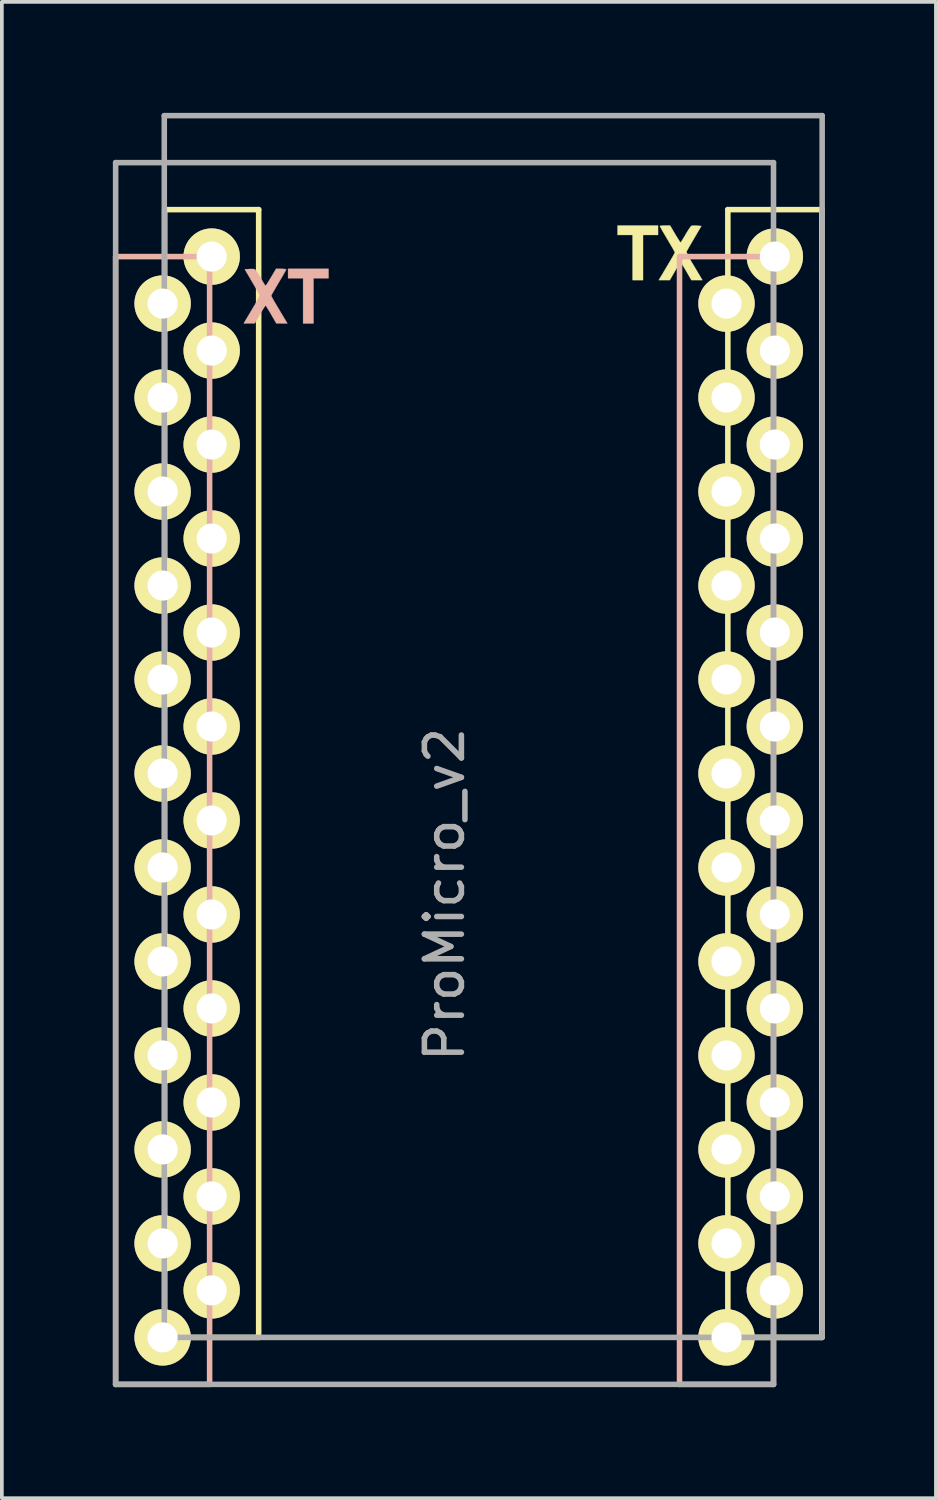
<source format=kicad_pcb>
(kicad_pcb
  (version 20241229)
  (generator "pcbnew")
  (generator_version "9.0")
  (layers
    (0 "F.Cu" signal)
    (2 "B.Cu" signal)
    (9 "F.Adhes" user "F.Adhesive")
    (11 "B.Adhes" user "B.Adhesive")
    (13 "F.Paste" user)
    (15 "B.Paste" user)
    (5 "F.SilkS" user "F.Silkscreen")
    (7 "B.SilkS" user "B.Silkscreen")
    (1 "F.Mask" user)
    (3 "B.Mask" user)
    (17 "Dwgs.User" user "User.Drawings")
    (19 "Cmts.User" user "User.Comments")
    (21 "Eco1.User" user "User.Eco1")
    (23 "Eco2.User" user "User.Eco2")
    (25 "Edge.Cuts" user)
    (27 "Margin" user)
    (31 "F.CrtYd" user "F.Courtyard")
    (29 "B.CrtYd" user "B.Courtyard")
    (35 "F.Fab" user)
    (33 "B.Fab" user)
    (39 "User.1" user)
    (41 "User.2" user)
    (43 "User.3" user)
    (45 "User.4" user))
  (footprint "ProMicro_v2"
    (layer "F.Cu")
    (at 10.235 18.363)
    (property "Reference" "ProMicro_v2" (at -1.27 2.762 270) (layer "F.Fab") (effects (font (size 1 1) (thickness 0.15))))
    (attr through_hole)
    (fp_line (start -8.834 -15.748) (end -6.294 -15.748) (stroke (width 0.15) (type solid)) (layer "F.SilkS"))
    (fp_line (start -8.834 14.732) (end -8.834 -15.748) (stroke (width 0.15) (type solid)) (layer "F.SilkS"))
    (fp_line (start -6.294 -15.748) (end -6.294 14.732) (stroke (width 0.15) (type solid)) (layer "F.SilkS"))
    (fp_line (start -6.294 14.732) (end -8.834 14.732) (stroke (width 0.15) (type solid)) (layer "F.SilkS"))
    (fp_line (start 6.386 -15.748) (end 8.926 -15.748) (stroke (width 0.15) (type solid)) (layer "F.SilkS"))
    (fp_line (start 6.386 14.732) (end 6.386 -15.748) (stroke (width 0.15) (type solid)) (layer "F.SilkS"))
    (fp_line (start 8.926 -15.748) (end 8.926 14.732) (stroke (width 0.15) (type solid)) (layer "F.SilkS"))
    (fp_line (start 8.926 14.732) (end 6.386 14.732) (stroke (width 0.15) (type solid)) (layer "F.SilkS"))
    (fp_poly (pts (xy 4.499 -15.063) (xy 4.093 -15.063) (xy 4.093 -13.843) (xy 3.813 -13.843) (xy 3.813 -15.063) (xy 3.407 -15.063) (xy 3.407 -15.317) (xy 4.499 -15.317) (xy 4.499 -15.063)) (stroke (width 0.01) (type solid)) (fill yes) (layer "F.SilkS"))
    (fp_poly (pts (xy 4.959 -15.088) (xy 5.016 -14.994) (xy 5.064 -14.918) (xy 5.097 -14.871) (xy 5.108 -14.859) (xy 5.126 -14.88) (xy 5.162 -14.936) (xy 5.211 -15.017) (xy 5.246 -15.078) (xy 5.303 -15.172) (xy 5.352 -15.248) (xy 5.389 -15.297) (xy 5.402 -15.308) (xy 5.445 -15.313) (xy 5.516 -15.314) (xy 5.551 -15.312) (xy 5.669 -15.304) (xy 5.475 -14.974) (xy 5.406 -14.856) (xy 5.346 -14.753) (xy 5.3 -14.672) (xy 5.273 -14.623) (xy 5.269 -14.613) (xy 5.276 -14.581) (xy 5.307 -14.514) (xy 5.354 -14.423) (xy 5.415 -14.316) (xy 5.428 -14.295) (xy 5.497 -14.18) (xy 5.561 -14.072) (xy 5.613 -13.985) (xy 5.646 -13.929) (xy 5.648 -13.926) (xy 5.697 -13.843) (xy 5.549 -13.844) (xy 5.401 -13.844) (xy 5.262 -14.085) (xy 5.205 -14.182) (xy 5.156 -14.261) (xy 5.122 -14.311) (xy 5.109 -14.326) (xy 5.091 -14.305) (xy 5.054 -14.249) (xy 5.004 -14.167) (xy 4.956 -14.085) (xy 4.817 -13.844) (xy 4.52 -13.843) (xy 4.57 -13.926) (xy 4.602 -13.979) (xy 4.653 -14.065) (xy 4.716 -14.171) (xy 4.784 -14.286) (xy 4.788 -14.292) (xy 4.851 -14.399) (xy 4.903 -14.489) (xy 4.94 -14.556) (xy 4.956 -14.588) (xy 4.956 -14.59) (xy 4.944 -14.616) (xy 4.91 -14.678) (xy 4.859 -14.767) (xy 4.794 -14.877) (xy 4.753 -14.947) (xy 4.684 -15.064) (xy 4.624 -15.166) (xy 4.58 -15.245) (xy 4.554 -15.292) (xy 4.55 -15.302) (xy 4.573 -15.31) (xy 4.632 -15.315) (xy 4.687 -15.317) (xy 4.824 -15.317) (xy 4.959 -15.088)) (stroke (width 0.01) (type solid)) (fill yes) (layer "F.SilkS"))
    (fp_line (start -10.16 -14.478) (end -7.62 -14.478) (stroke (width 0.15) (type solid)) (layer "B.SilkS"))
    (fp_line (start -10.16 16.002) (end -10.16 -14.478) (stroke (width 0.15) (type solid)) (layer "B.SilkS"))
    (fp_line (start -7.62 -14.478) (end -7.62 16.002) (stroke (width 0.15) (type solid)) (layer "B.SilkS"))
    (fp_line (start -7.62 16.002) (end -10.16 16.002) (stroke (width 0.15) (type solid)) (layer "B.SilkS"))
    (fp_line (start 5.08 -14.478) (end 7.62 -14.478) (stroke (width 0.15) (type solid)) (layer "B.SilkS"))
    (fp_line (start 5.08 16.002) (end 5.08 -14.478) (stroke (width 0.15) (type solid)) (layer "B.SilkS"))
    (fp_line (start 7.62 -14.478) (end 7.62 16.002) (stroke (width 0.15) (type solid)) (layer "B.SilkS"))
    (fp_line (start 7.62 16.002) (end 5.08 16.002) (stroke (width 0.15) (type solid)) (layer "B.SilkS"))
    (fp_poly (pts (xy -5.499 -13.893) (xy -5.093 -13.893) (xy -5.093 -12.673) (xy -4.813 -12.673) (xy -4.813 -13.893) (xy -4.407 -13.893) (xy -4.407 -14.147) (xy -5.499 -14.147) (xy -5.499 -13.893)) (stroke (width 0.01) (type solid)) (fill yes) (layer "B.SilkS"))
    (fp_poly (pts (xy -5.959 -13.918) (xy -6.016 -13.824) (xy -6.064 -13.748) (xy -6.097 -13.701) (xy -6.108 -13.689) (xy -6.126 -13.71) (xy -6.162 -13.766) (xy -6.211 -13.847) (xy -6.246 -13.908) (xy -6.303 -14.002) (xy -6.352 -14.078) (xy -6.389 -14.127) (xy -6.402 -14.138) (xy -6.445 -14.143) (xy -6.516 -14.144) (xy -6.551 -14.142) (xy -6.669 -14.134) (xy -6.475 -13.804) (xy -6.406 -13.686) (xy -6.346 -13.583) (xy -6.3 -13.502) (xy -6.273 -13.453) (xy -6.269 -13.443) (xy -6.276 -13.411) (xy -6.307 -13.344) (xy -6.354 -13.253) (xy -6.415 -13.146) (xy -6.428 -13.125) (xy -6.497 -13.01) (xy -6.561 -12.902) (xy -6.613 -12.815) (xy -6.646 -12.759) (xy -6.648 -12.756) (xy -6.697 -12.673) (xy -6.549 -12.674) (xy -6.401 -12.674) (xy -6.262 -12.915) (xy -6.205 -13.012) (xy -6.156 -13.091) (xy -6.122 -13.141) (xy -6.109 -13.156) (xy -6.091 -13.135) (xy -6.054 -13.079) (xy -6.004 -12.997) (xy -5.956 -12.915) (xy -5.817 -12.674) (xy -5.52 -12.673) (xy -5.57 -12.756) (xy -5.602 -12.809) (xy -5.653 -12.895) (xy -5.716 -13.001) (xy -5.784 -13.116) (xy -5.788 -13.122) (xy -5.851 -13.229) (xy -5.903 -13.319) (xy -5.94 -13.386) (xy -5.956 -13.418) (xy -5.956 -13.42) (xy -5.944 -13.446) (xy -5.91 -13.508) (xy -5.859 -13.597) (xy -5.794 -13.707) (xy -5.753 -13.777) (xy -5.684 -13.894) (xy -5.624 -13.996) (xy -5.58 -14.075) (xy -5.554 -14.122) (xy -5.55 -14.132) (xy -5.573 -14.14) (xy -5.632 -14.145) (xy -5.687 -14.147) (xy -5.824 -14.147) (xy -5.959 -13.918)) (stroke (width 0.01) (type solid)) (fill yes) (layer "B.SilkS"))
    (fp_line (start -10.16 -17.018) (end 7.62 -17.018) (stroke (width 0.15) (type solid)) (layer "F.Fab"))
    (fp_line (start -10.16 16.002) (end -10.16 -17.018) (stroke (width 0.15) (type solid)) (layer "F.Fab"))
    (fp_line (start -8.845 -18.288) (end 8.935 -18.288) (stroke (width 0.15) (type solid)) (layer "F.Fab"))
    (fp_line (start -8.845 14.732) (end -8.845 -18.288) (stroke (width 0.15) (type solid)) (layer "F.Fab"))
    (fp_line (start 7.62 -17.018) (end 7.62 16.002) (stroke (width 0.15) (type solid)) (layer "F.Fab"))
    (fp_line (start 7.62 16.002) (end -10.16 16.002) (stroke (width 0.15) (type solid)) (layer "F.Fab"))
    (fp_line (start 8.935 -18.288) (end 8.935 14.732) (stroke (width 0.15) (type solid)) (layer "F.Fab"))
    (fp_line (start 8.935 14.732) (end -8.845 14.732) (stroke (width 0.15) (type solid)) (layer "F.Fab"))
    (fp_text user "" (at -0.5 -17.25 0) (layer "F.SilkS") (effects (font (size 1 1) (thickness 0.15))))
    (fp_text user "" (at -1.206 -16.256 0) (layer "B.SilkS") (effects (font (size 1 1) (thickness 0.15)) (justify mirror)))
    (pad "1" thru_hole circle (at -8.89 -13.208) (size 1.524 1.524) (drill 0.813) (layers "*.Cu" "*.Mask" "F.SilkS"))
    (pad "1" thru_hole circle (at 7.656 -14.478) (size 1.524 1.524) (drill 0.813) (layers "*.Cu" "*.Mask" "F.SilkS"))
    (pad "2" thru_hole circle (at -8.89 -10.668) (size 1.524 1.524) (drill 0.813) (layers "*.Cu" "*.Mask" "F.SilkS"))
    (pad "2" thru_hole circle (at 7.656 -11.938) (size 1.524 1.524) (drill 0.813) (layers "*.Cu" "*.Mask" "F.SilkS"))
    (pad "3" thru_hole circle (at -8.89 -8.128) (size 1.524 1.524) (drill 0.813) (layers "*.Cu" "*.Mask" "F.SilkS"))
    (pad "3" thru_hole circle (at 7.656 -9.398) (size 1.524 1.524) (drill 0.813) (layers "*.Cu" "*.Mask" "F.SilkS"))
    (pad "4" thru_hole circle (at -8.89 -5.588) (size 1.524 1.524) (drill 0.813) (layers "*.Cu" "*.Mask" "F.SilkS"))
    (pad "4" thru_hole circle (at 7.656 -6.858) (size 1.524 1.524) (drill 0.813) (layers "*.Cu" "*.Mask" "F.SilkS"))
    (pad "5" thru_hole circle (at -8.89 -3.048) (size 1.524 1.524) (drill 0.813) (layers "*.Cu" "*.Mask" "F.SilkS"))
    (pad "5" thru_hole circle (at 7.656 -4.318) (size 1.524 1.524) (drill 0.813) (layers "*.Cu" "*.Mask" "F.SilkS"))
    (pad "6" thru_hole circle (at -8.89 -0.508) (size 1.524 1.524) (drill 0.813) (layers "*.Cu" "*.Mask" "F.SilkS"))
    (pad "6" thru_hole circle (at 7.656 -1.778) (size 1.524 1.524) (drill 0.813) (layers "*.Cu" "*.Mask" "F.SilkS"))
    (pad "7" thru_hole circle (at -8.89 2.032) (size 1.524 1.524) (drill 0.813) (layers "*.Cu" "*.Mask" "F.SilkS"))
    (pad "7" thru_hole circle (at 7.656 0.762) (size 1.524 1.524) (drill 0.813) (layers "*.Cu" "*.Mask" "F.SilkS"))
    (pad "8" thru_hole circle (at -8.89 4.572) (size 1.524 1.524) (drill 0.813) (layers "*.Cu" "*.Mask" "F.SilkS"))
    (pad "8" thru_hole circle (at 7.656 3.302) (size 1.524 1.524) (drill 0.813) (layers "*.Cu" "*.Mask" "F.SilkS"))
    (pad "9" thru_hole circle (at -8.89 7.112) (size 1.524 1.524) (drill 0.813) (layers "*.Cu" "*.Mask" "F.SilkS"))
    (pad "9" thru_hole circle (at 7.656 5.842) (size 1.524 1.524) (drill 0.813) (layers "*.Cu" "*.Mask" "F.SilkS"))
    (pad "10" thru_hole circle (at -8.89 9.652) (size 1.524 1.524) (drill 0.813) (layers "*.Cu" "*.Mask" "F.SilkS"))
    (pad "10" thru_hole circle (at 7.656 8.382) (size 1.524 1.524) (drill 0.813) (layers "*.Cu" "*.Mask" "F.SilkS"))
    (pad "11" thru_hole circle (at -8.89 12.192) (size 1.524 1.524) (drill 0.813) (layers "*.Cu" "*.Mask" "F.SilkS"))
    (pad "11" thru_hole circle (at 7.656 10.922) (size 1.524 1.524) (drill 0.813) (layers "*.Cu" "*.Mask" "F.SilkS"))
    (pad "12" thru_hole circle (at -8.89 14.732) (size 1.524 1.524) (drill 0.813) (layers "*.Cu" "*.Mask" "F.SilkS"))
    (pad "12" thru_hole circle (at 7.656 13.462) (size 1.524 1.524) (drill 0.813) (layers "*.Cu" "*.Mask" "F.SilkS"))
    (pad "13" thru_hole circle (at -7.564 13.462) (size 1.524 1.524) (drill 0.813) (layers "*.Cu" "*.Mask" "F.SilkS"))
    (pad "13" thru_hole circle (at 6.35 14.732) (size 1.524 1.524) (drill 0.813) (layers "*.Cu" "*.Mask" "F.SilkS"))
    (pad "14" thru_hole circle (at -7.564 10.922) (size 1.524 1.524) (drill 0.813) (layers "*.Cu" "*.Mask" "F.SilkS"))
    (pad "14" thru_hole circle (at 6.35 12.192) (size 1.524 1.524) (drill 0.813) (layers "*.Cu" "*.Mask" "F.SilkS"))
    (pad "15" thru_hole circle (at -7.564 8.382) (size 1.524 1.524) (drill 0.813) (layers "*.Cu" "*.Mask" "F.SilkS"))
    (pad "15" thru_hole circle (at 6.35 9.652) (size 1.524 1.524) (drill 0.813) (layers "*.Cu" "*.Mask" "F.SilkS"))
    (pad "16" thru_hole circle (at -7.564 5.842) (size 1.524 1.524) (drill 0.813) (layers "*.Cu" "*.Mask" "F.SilkS"))
    (pad "16" thru_hole circle (at 6.35 7.112) (size 1.524 1.524) (drill 0.813) (layers "*.Cu" "*.Mask" "F.SilkS"))
    (pad "17" thru_hole circle (at -7.564 3.302) (size 1.524 1.524) (drill 0.813) (layers "*.Cu" "*.Mask" "F.SilkS"))
    (pad "17" thru_hole circle (at 6.35 4.572) (size 1.524 1.524) (drill 0.813) (layers "*.Cu" "*.Mask" "F.SilkS"))
    (pad "18" thru_hole circle (at -7.564 0.762) (size 1.524 1.524) (drill 0.813) (layers "*.Cu" "*.Mask" "F.SilkS"))
    (pad "18" thru_hole circle (at 6.35 2.032) (size 1.524 1.524) (drill 0.813) (layers "*.Cu" "*.Mask" "F.SilkS"))
    (pad "19" thru_hole circle (at -7.564 -1.778) (size 1.524 1.524) (drill 0.813) (layers "*.Cu" "*.Mask" "F.SilkS"))
    (pad "19" thru_hole circle (at 6.35 -0.508) (size 1.524 1.524) (drill 0.813) (layers "*.Cu" "*.Mask" "F.SilkS"))
    (pad "20" thru_hole circle (at -7.564 -4.318) (size 1.524 1.524) (drill 0.813) (layers "*.Cu" "*.Mask" "F.SilkS"))
    (pad "20" thru_hole circle (at 6.35 -3.048) (size 1.524 1.524) (drill 0.813) (layers "*.Cu" "*.Mask" "F.SilkS"))
    (pad "21" thru_hole circle (at -7.564 -6.858) (size 1.524 1.524) (drill 0.813) (layers "*.Cu" "*.Mask" "F.SilkS"))
    (pad "21" thru_hole circle (at 6.35 -5.588) (size 1.524 1.524) (drill 0.813) (layers "*.Cu" "*.Mask" "F.SilkS"))
    (pad "22" thru_hole circle (at -7.564 -9.398) (size 1.524 1.524) (drill 0.813) (layers "*.Cu" "*.Mask" "F.SilkS"))
    (pad "22" thru_hole circle (at 6.35 -8.128) (size 1.524 1.524) (drill 0.813) (layers "*.Cu" "*.Mask" "F.SilkS"))
    (pad "23" thru_hole circle (at -7.564 -11.938) (size 1.524 1.524) (drill 0.813) (layers "*.Cu" "*.Mask" "F.SilkS"))
    (pad "23" thru_hole circle (at 6.35 -10.668) (size 1.524 1.524) (drill 0.813) (layers "*.Cu" "*.Mask" "F.SilkS"))
    (pad "24" thru_hole circle (at -7.564 -14.478) (size 1.524 1.524) (drill 0.813) (layers "*.Cu" "*.Mask" "F.SilkS"))
    (pad "24" thru_hole circle (at 6.35 -13.208) (size 1.524 1.524) (drill 0.813) (layers "*.Cu" "*.Mask" "F.SilkS")))
  (gr_rect
    (start -3 -3)
    (end 22.245 37.44)
    (stroke (width 0.1) (type default))
    (fill no)
    (layer "Edge.Cuts")))
</source>
